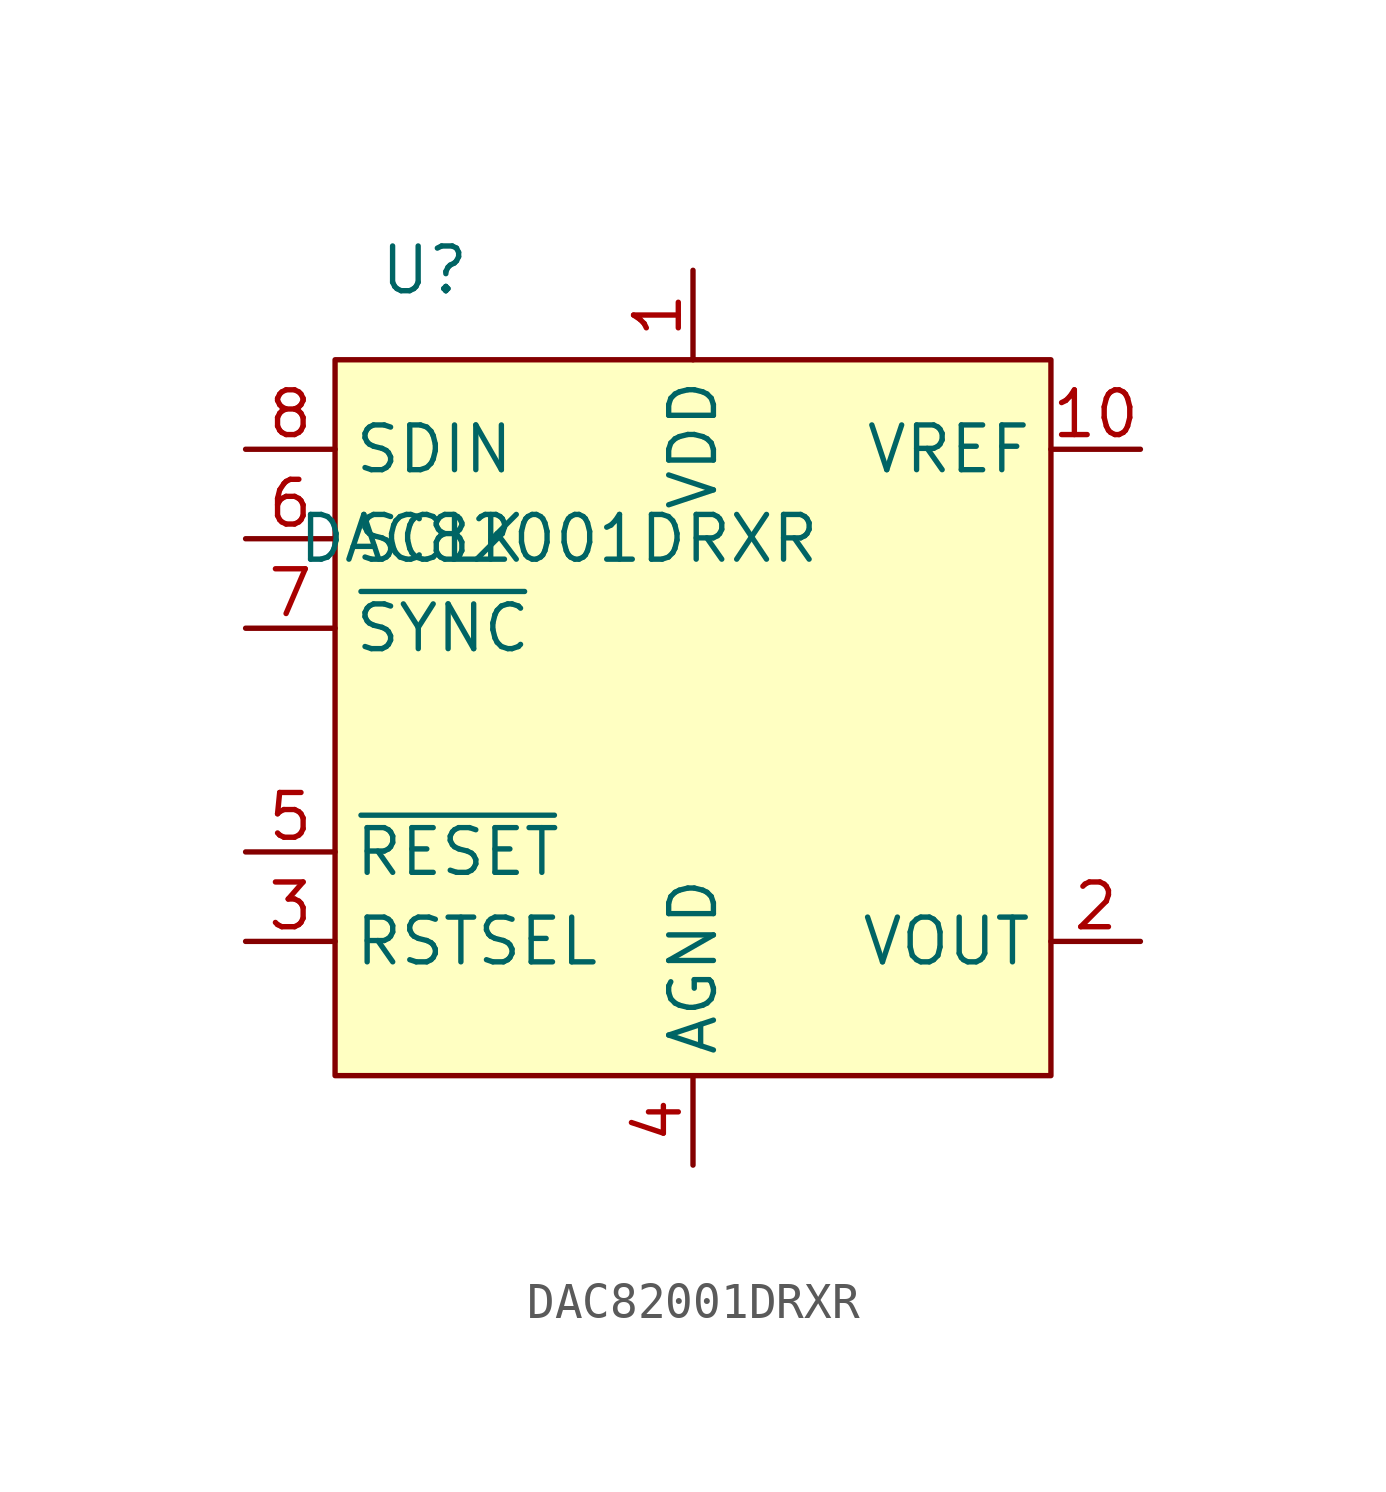
<source format=kicad_sym>
(kicad_symbol_lib
  (version 20220914)
  (generator kicad_symbol_editor)
  (symbol "DAC82001DRXR"
    (property "Reference" "U"
      (at -7.62 12.7 0)
      (effects (font (size 1.27 1.27))))
    (property "Value" "DAC82001DRXR"
      (at -3.81 5.08 0)
      (effects (font (size 1.27 1.27))))
    (symbol "DAC82001DRXR_1_1"
      (rectangle (start -10.16 10.16) (end 10.16 -10.16) (stroke (width 0) (type default)) (fill (type background)))
      (pin passive line (at 0 12.7 270) (length 2.54) (name "VDD" (effects (font (size 1.27 1.27)))) (number "1" (effects (font (size 1.27 1.27)))))
      (pin passive line (at 12.7 7.62 180) (length 2.54) (name "VREF" (effects (font (size 1.27 1.27)))) (number "10" (effects (font (size 1.27 1.27)))))
      (pin passive line (at 12.7 -6.35 180) (length 2.54) (name "VOUT" (effects (font (size 1.27 1.27)))) (number "2" (effects (font (size 1.27 1.27)))))
      (pin passive line (at -12.7 -6.35 0) (length 2.54) (name "RSTSEL" (effects (font (size 1.27 1.27)))) (number "3" (effects (font (size 1.27 1.27)))))
      (pin passive line (at 0 -12.7 90) (length 2.54) (name "AGND" (effects (font (size 1.27 1.27)))) (number "4" (effects (font (size 1.27 1.27)))))
      (pin passive line (at -12.7 -3.81 0) (length 2.54) (name "~{RESET}" (effects (font (size 1.27 1.27)))) (number "5" (effects (font (size 1.27 1.27)))))
      (pin passive line (at -12.7 5.08 0) (length 2.54) (name "SCLK" (effects (font (size 1.27 1.27)))) (number "6" (effects (font (size 1.27 1.27)))))
      (pin passive line (at -12.7 2.54 0) (length 2.54) (name "~{SYNC}" (effects (font (size 1.27 1.27)))) (number "7" (effects (font (size 1.27 1.27)))))
      (pin passive line (at -12.7 7.62 0) (length 2.54) (name "SDIN" (effects (font (size 1.27 1.27)))) (number "8" (effects (font (size 1.27 1.27)))))
      (pin no_connect line (at 2.54 1.27 90) (length 2.54) hide (name "NC" (effects (font (size 1.27 1.27)))) (number "9" (effects (font (size 1.27 1.27))))))))
</source>
